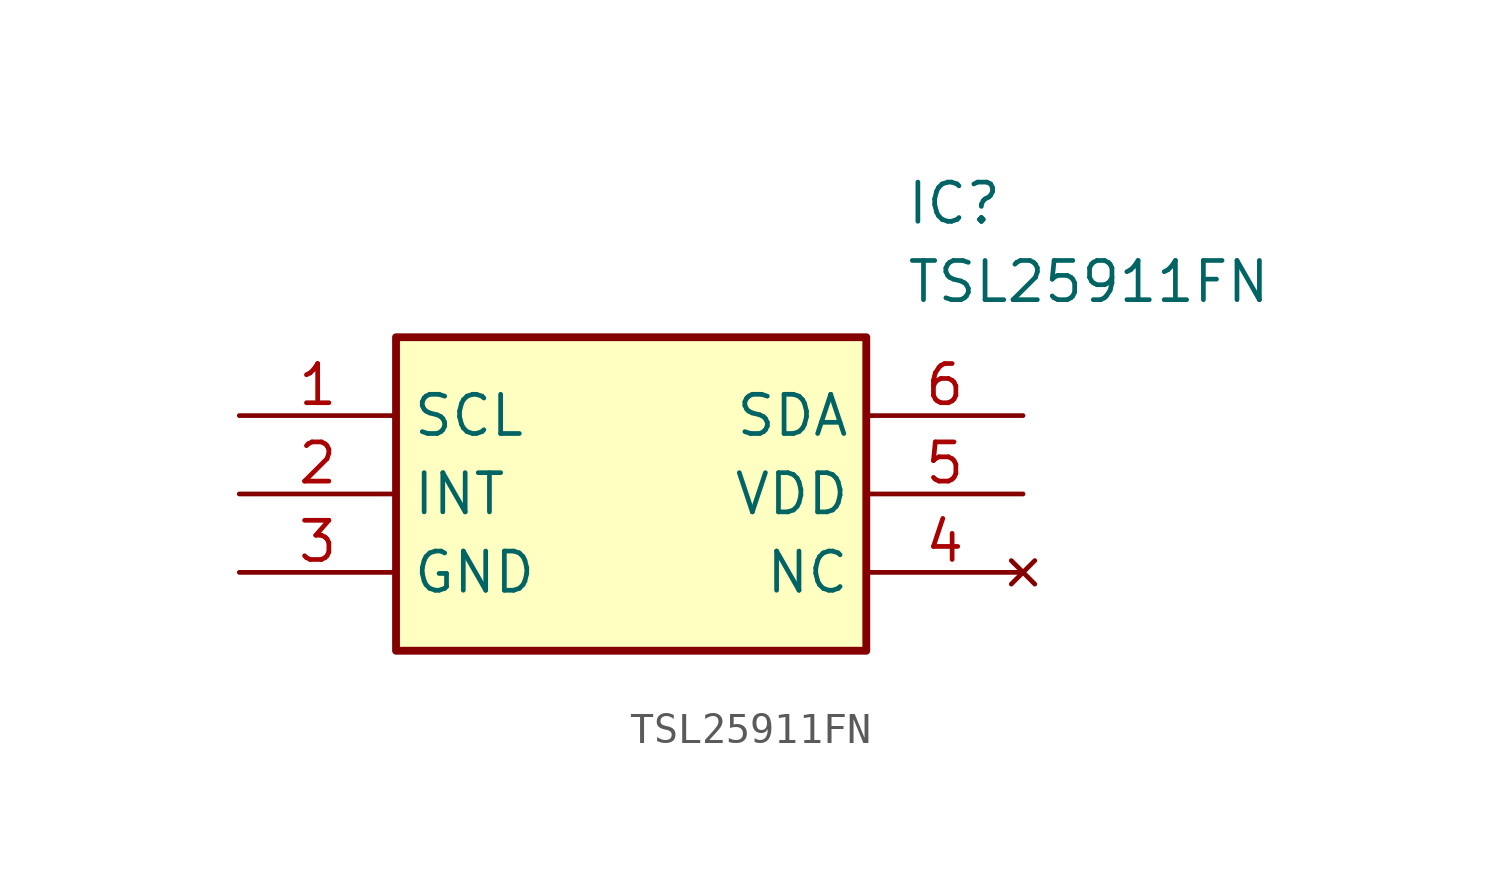
<source format=kicad_sym>
(kicad_symbol_lib
  (version 20220914)
  (generator kicad_symbol_editor)
  (symbol "TSL25911FN"
    (property "Reference" "IC"
      (at 21.59 7.62 0)
      (effects (font (size 1.27 1.27)) (justify left top)))
    (property "Value" "TSL25911FN"
      (at 21.59 5.08 0)
      (effects (font (size 1.27 1.27)) (justify left top)))
    (symbol "TSL25911FN_1_1"
      (rectangle (start 5.08 2.54) (end 20.32 -7.62) (stroke (width 0.254) (type default)) (fill (type background)))
      (pin passive line (at 0 0 0) (length 5.08) (name "SCL" (effects (font (size 1.27 1.27)))) (number "1" (effects (font (size 1.27 1.27)))))
      (pin passive line (at 0 -2.54 0) (length 5.08) (name "INT" (effects (font (size 1.27 1.27)))) (number "2" (effects (font (size 1.27 1.27)))))
      (pin passive line (at 0 -5.08 0) (length 5.08) (name "GND" (effects (font (size 1.27 1.27)))) (number "3" (effects (font (size 1.27 1.27)))))
      (pin no_connect line (at 25.4 -5.08 180) (length 5.08) (name "NC" (effects (font (size 1.27 1.27)))) (number "4" (effects (font (size 1.27 1.27)))))
      (pin passive line (at 25.4 -2.54 180) (length 5.08) (name "VDD" (effects (font (size 1.27 1.27)))) (number "5" (effects (font (size 1.27 1.27)))))
      (pin passive line (at 25.4 0 180) (length 5.08) (name "SDA" (effects (font (size 1.27 1.27)))) (number "6" (effects (font (size 1.27 1.27))))))))
</source>
